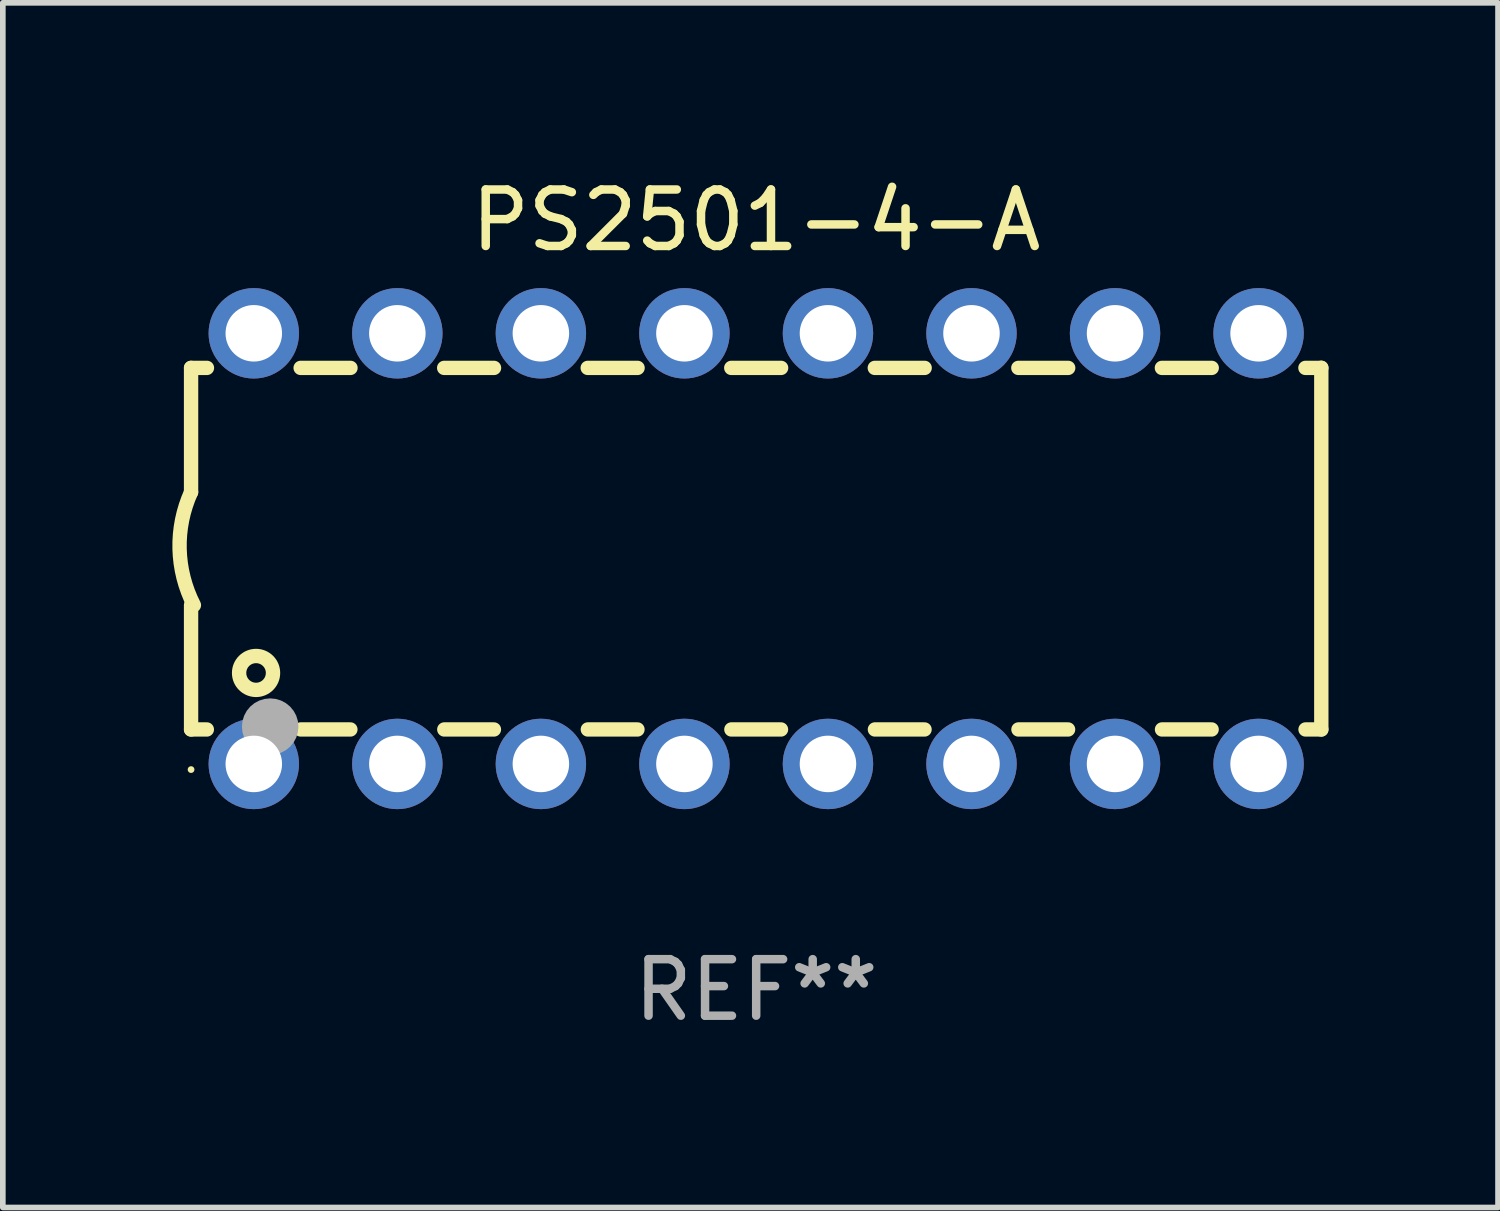
<source format=kicad_pcb>
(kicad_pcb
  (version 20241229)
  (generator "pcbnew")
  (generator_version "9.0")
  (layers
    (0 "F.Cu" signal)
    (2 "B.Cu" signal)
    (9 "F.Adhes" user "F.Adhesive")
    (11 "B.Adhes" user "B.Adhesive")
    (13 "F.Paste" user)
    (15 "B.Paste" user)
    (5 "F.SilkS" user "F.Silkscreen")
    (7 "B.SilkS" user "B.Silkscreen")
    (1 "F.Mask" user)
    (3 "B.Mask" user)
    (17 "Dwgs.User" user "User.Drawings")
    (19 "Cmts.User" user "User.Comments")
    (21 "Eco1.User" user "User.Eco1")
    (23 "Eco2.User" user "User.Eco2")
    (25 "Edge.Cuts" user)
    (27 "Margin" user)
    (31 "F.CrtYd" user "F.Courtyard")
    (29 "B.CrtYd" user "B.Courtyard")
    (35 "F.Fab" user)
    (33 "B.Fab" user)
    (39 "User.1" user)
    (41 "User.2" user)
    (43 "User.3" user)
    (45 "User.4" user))
  (footprint "PS2501-4-A"
    (layer "F.Cu")
    (at 10.331 6.658)
    (property "Reference" "PS2501-4-A" (at 0 -5.81 0) (layer "F.SilkS") (effects (font (size 1 1) (thickness 0.15))))
    (attr through_hole)
    (fp_line (start -10 -3.198) (end -9.719 -3.198) (stroke (width 0.254) (type solid)) (layer "F.SilkS"))
    (fp_line (start -10 -0.998) (end -10 -3.198) (stroke (width 0.254) (type solid)) (layer "F.SilkS"))
    (fp_line (start -10 3.2) (end -10 1) (stroke (width 0.254) (type solid)) (layer "F.SilkS"))
    (fp_line (start -10 3.2) (end -9.721 3.2) (stroke (width 0.254) (type solid)) (layer "F.SilkS"))
    (fp_line (start -8.061 -3.198) (end -7.179 -3.198) (stroke (width 0.254) (type solid)) (layer "F.SilkS"))
    (fp_line (start -8.059 3.2) (end -7.181 3.2) (stroke (width 0.254) (type solid)) (layer "F.SilkS"))
    (fp_line (start -5.521 -3.198) (end -4.639 -3.198) (stroke (width 0.254) (type solid)) (layer "F.SilkS"))
    (fp_line (start -5.519 3.2) (end -4.641 3.2) (stroke (width 0.254) (type solid)) (layer "F.SilkS"))
    (fp_line (start -2.981 -3.198) (end -2.099 -3.198) (stroke (width 0.254) (type solid)) (layer "F.SilkS"))
    (fp_line (start -2.979 3.2) (end -2.101 3.2) (stroke (width 0.254) (type solid)) (layer "F.SilkS"))
    (fp_line (start -0.441 -3.198) (end 0.441 -3.198) (stroke (width 0.254) (type solid)) (layer "F.SilkS"))
    (fp_line (start -0.439 3.2) (end 0.439 3.2) (stroke (width 0.254) (type solid)) (layer "F.SilkS"))
    (fp_line (start 2.099 -3.198) (end 2.981 -3.198) (stroke (width 0.254) (type solid)) (layer "F.SilkS"))
    (fp_line (start 2.101 3.2) (end 2.979 3.2) (stroke (width 0.254) (type solid)) (layer "F.SilkS"))
    (fp_line (start 4.639 -3.198) (end 5.521 -3.198) (stroke (width 0.254) (type solid)) (layer "F.SilkS"))
    (fp_line (start 4.641 3.2) (end 5.519 3.2) (stroke (width 0.254) (type solid)) (layer "F.SilkS"))
    (fp_line (start 7.179 -3.198) (end 8.061 -3.198) (stroke (width 0.254) (type solid)) (layer "F.SilkS"))
    (fp_line (start 7.181 3.2) (end 8.059 3.2) (stroke (width 0.254) (type solid)) (layer "F.SilkS"))
    (fp_line (start 9.719 -3.198) (end 10 -3.198) (stroke (width 0.254) (type solid)) (layer "F.SilkS"))
    (fp_line (start 9.721 3.2) (end 10 3.2) (stroke (width 0.254) (type solid)) (layer "F.SilkS"))
    (fp_line (start 10 3.2) (end 10 -3.2) (stroke (width 0.254) (type solid)) (layer "F.SilkS"))
    (fp_arc (start -9.949962 1) (mid -10.203153 0.005709) (end -10 -1) (stroke (width 0.254001) (type solid)) (layer "F.SilkS"))
    (fp_circle (center -10 3.91) (end -9.97 3.91) (stroke (width 0.06) (type solid)) (fill no) (layer "F.SilkS"))
    (fp_circle (center -8.85 2.2) (end -8.55 2.2) (stroke (width 0.254) (type solid)) (fill no) (layer "F.SilkS"))
    (fp_circle (center -8.6 3.15) (end -8.35 3.15) (stroke (width 0.5) (type solid)) (fill no) (layer "F.Fab"))
    (fp_text user "REF**" (at 0 7.81 0) (layer "F.Fab") (effects (font (size 1 1) (thickness 0.15))))
    (pad "1" thru_hole circle (at -8.89 3.81) (size 1.6 1.6) (drill 1) (layers "*.Cu" "*.Mask"))
    (pad "2" thru_hole circle (at -6.35 3.81) (size 1.6 1.6) (drill 1) (layers "*.Cu" "*.Mask"))
    (pad "3" thru_hole circle (at -3.81 3.81) (size 1.6 1.6) (drill 1) (layers "*.Cu" "*.Mask"))
    (pad "4" thru_hole circle (at -1.27 3.81) (size 1.6 1.6) (drill 1) (layers "*.Cu" "*.Mask"))
    (pad "5" thru_hole circle (at 1.27 3.81) (size 1.6 1.6) (drill 1) (layers "*.Cu" "*.Mask"))
    (pad "6" thru_hole circle (at 3.81 3.81) (size 1.6 1.6) (drill 1) (layers "*.Cu" "*.Mask"))
    (pad "7" thru_hole circle (at 6.35 3.81) (size 1.6 1.6) (drill 1) (layers "*.Cu" "*.Mask"))
    (pad "8" thru_hole circle (at 8.89 3.81) (size 1.6 1.6) (drill 1) (layers "*.Cu" "*.Mask"))
    (pad "9" thru_hole circle (at 8.89 -3.81) (size 1.6 1.6) (drill 1) (layers "*.Cu" "*.Mask"))
    (pad "10" thru_hole circle (at 6.35 -3.81) (size 1.6 1.6) (drill 1) (layers "*.Cu" "*.Mask"))
    (pad "11" thru_hole circle (at 3.81 -3.81) (size 1.6 1.6) (drill 1) (layers "*.Cu" "*.Mask"))
    (pad "12" thru_hole circle (at 1.27 -3.81) (size 1.6 1.6) (drill 1) (layers "*.Cu" "*.Mask"))
    (pad "13" thru_hole circle (at -1.27 -3.81) (size 1.6 1.6) (drill 1) (layers "*.Cu" "*.Mask"))
    (pad "14" thru_hole circle (at -3.81 -3.81) (size 1.6 1.6) (drill 1) (layers "*.Cu" "*.Mask"))
    (pad "15" thru_hole circle (at -6.35 -3.81) (size 1.6 1.6) (drill 1) (layers "*.Cu" "*.Mask"))
    (pad "16" thru_hole circle (at -8.89 -3.81) (size 1.6 1.6) (drill 1) (layers "*.Cu" "*.Mask")))
  (gr_rect
    (start -3 -3)
    (end 23.458 18.317)
    (stroke (width 0.1) (type default))
    (fill no)
    (layer "Edge.Cuts")))
</source>
